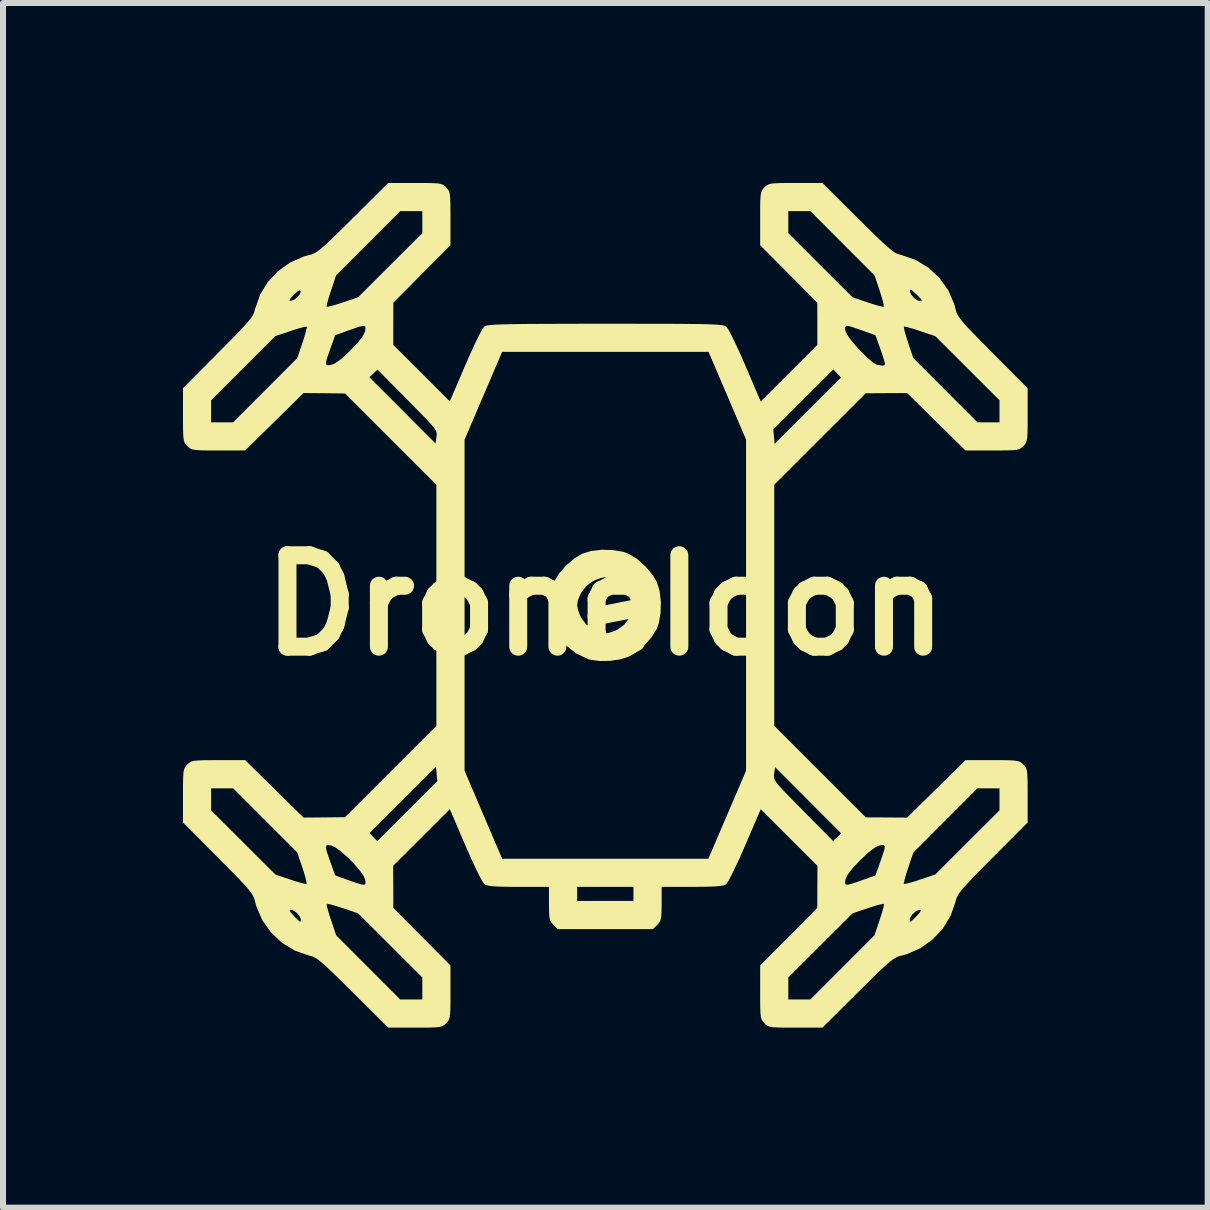
<source format=kicad_pcb>
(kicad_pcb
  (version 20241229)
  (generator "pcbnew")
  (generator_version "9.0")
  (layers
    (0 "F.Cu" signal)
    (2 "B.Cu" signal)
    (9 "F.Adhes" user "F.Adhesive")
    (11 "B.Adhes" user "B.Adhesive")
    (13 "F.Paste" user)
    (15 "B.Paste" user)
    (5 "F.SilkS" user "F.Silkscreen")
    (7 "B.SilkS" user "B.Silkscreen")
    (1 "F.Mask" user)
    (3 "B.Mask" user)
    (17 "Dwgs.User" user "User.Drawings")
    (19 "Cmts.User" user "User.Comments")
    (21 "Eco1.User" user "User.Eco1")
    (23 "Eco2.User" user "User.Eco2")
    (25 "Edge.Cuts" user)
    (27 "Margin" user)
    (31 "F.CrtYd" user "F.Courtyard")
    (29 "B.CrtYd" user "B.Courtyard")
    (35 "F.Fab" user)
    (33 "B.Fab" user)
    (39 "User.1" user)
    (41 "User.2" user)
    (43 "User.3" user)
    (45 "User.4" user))
  (footprint "DroneIcon"
    (layer "F.Cu")
    (at 7.039 7.039)
    (property "Reference" "DroneIcon" (at 0 0 0) (layer "F.SilkS") (effects (font (size 1.524 1.524) (thickness 0.3))))
    (attr board_only exclude_from_pos_files exclude_from_bom)
    (fp_poly (pts (xy 0.127 -0.921) (xy 0.298 -0.892) (xy 0.387 -0.86) (xy 0.532 -0.771) (xy 0.674 -0.644) (xy 0.794 -0.5) (xy 0.86 -0.387) (xy 0.905 -0.238) (xy 0.926 -0.059) (xy 0.921 0.127) (xy 0.892 0.298) (xy 0.86 0.387) (xy 0.772 0.531) (xy 0.647 0.671) (xy 0.505 0.789) (xy 0.387 0.858) (xy 0.245 0.901) (xy 0.076 0.926) (xy -0.096 0.928) (xy -0.247 0.908) (xy -0.282 0.899) (xy -0.487 0.803) (xy -0.658 0.665) (xy -0.792 0.494) (xy -0.884 0.299) (xy -0.931 0.087) (xy -0.93 0) (xy -0.469 0) (xy -0.456 0.071) (xy -0.423 0.164) (xy -0.403 0.206) (xy -0.322 0.316) (xy -0.207 0.405) (xy -0.079 0.459) (xy 0 0.469) (xy 0.071 0.456) (xy 0.164 0.423) (xy 0.206 0.403) (xy 0.316 0.322) (xy 0.405 0.207) (xy 0.459 0.079) (xy 0.469 0) (xy 0.456 -0.071) (xy 0.423 -0.164) (xy 0.403 -0.206) (xy 0.322 -0.316) (xy 0.207 -0.405) (xy 0.079 -0.459) (xy 0 -0.469) (xy -0.071 -0.456) (xy -0.164 -0.423) (xy -0.206 -0.403) (xy -0.316 -0.322) (xy -0.405 -0.207) (xy -0.459 -0.079) (xy -0.469 0) (xy -0.93 0) (xy -0.929 -0.131) (xy -0.873 -0.349) (xy -0.857 -0.389) (xy -0.772 -0.529) (xy -0.65 -0.668) (xy -0.509 -0.787) (xy -0.387 -0.86) (xy -0.238 -0.905) (xy -0.059 -0.926)) (stroke (width 0) (type solid)) (fill yes) (layer "F.SilkS"))
    (fp_poly (pts (xy -3.001 -7.039) (xy -2.878 -7.037) (xy -2.794 -7.032) (xy -2.738 -7.022) (xy -2.7 -7.007) (xy -2.67 -6.984) (xy -2.653 -6.967) (xy -2.626 -6.937) (xy -2.606 -6.905) (xy -2.593 -6.861) (xy -2.586 -6.794) (xy -2.582 -6.695) (xy -2.581 -6.552) (xy -2.581 -6.449) (xy -2.581 -6.002) (xy -3.057 -5.523) (xy -3.533 -5.043) (xy -3.534 -4.692) (xy -3.534 -4.34) (xy -3.063 -3.87) (xy -2.592 -3.399) (xy -2.333 -4.003) (xy -2.244 -4.206) (xy -2.165 -4.378) (xy -2.098 -4.513) (xy -2.047 -4.606) (xy -2.014 -4.649) (xy -2.013 -4.65) (xy -1.994 -4.659) (xy -1.96 -4.666) (xy -1.908 -4.672) (xy -1.833 -4.678) (xy -1.731 -4.682) (xy -1.598 -4.685) (xy -1.431 -4.688) (xy -1.224 -4.69) (xy -0.975 -4.691) (xy -0.678 -4.692) (xy -0.33 -4.693) (xy 0.003 -4.693) (xy 0.391 -4.693) (xy 0.725 -4.692) (xy 1.008 -4.692) (xy 1.245 -4.691) (xy 1.441 -4.689) (xy 1.599 -4.687) (xy 1.725 -4.684) (xy 1.821 -4.68) (xy 1.893 -4.675) (xy 1.944 -4.669) (xy 1.979 -4.661) (xy 2.002 -4.653) (xy 2.018 -4.643) (xy 2.02 -4.642) (xy 2.049 -4.6) (xy 2.096 -4.513) (xy 2.157 -4.389) (xy 2.228 -4.237) (xy 2.304 -4.065) (xy 2.335 -3.994) (xy 2.59 -3.397) (xy 3.062 -3.869) (xy 3.534 -4.34) (xy 3.534 -4.639) (xy 3.997 -4.639) (xy 3.998 -4.599) (xy 4.004 -4.568) (xy 4.034 -4.506) (xy 4.096 -4.419) (xy 4.18 -4.318) (xy 4.276 -4.216) (xy 4.371 -4.123) (xy 4.456 -4.051) (xy 4.519 -4.012) (xy 4.529 -4.009) (xy 4.612 -3.995) (xy 4.651 -3.999) (xy 4.662 -4.021) (xy 4.662 -4.026) (xy 4.651 -4.069) (xy 4.626 -4.152) (xy 4.59 -4.257) (xy 4.581 -4.282) (xy 4.502 -4.502) (xy 4.282 -4.581) (xy 4.15 -4.627) (xy 4.094 -4.644) (xy 4.976 -4.644) (xy 4.979 -4.612) (xy 4.997 -4.537) (xy 5.029 -4.434) (xy 5.048 -4.375) (xy 5.134 -4.121) (xy 6.203 -3.05) (xy 6.57 -3.05) (xy 6.57 -3.418) (xy 5.499 -4.487) (xy 5.245 -4.572) (xy 5.132 -4.609) (xy 5.041 -4.634) (xy 4.986 -4.645) (xy 4.976 -4.644) (xy 4.094 -4.644) (xy 4.065 -4.653) (xy 4.016 -4.657) (xy 3.997 -4.639) (xy 3.534 -4.639) (xy 3.534 -4.692) (xy 3.533 -5.043) (xy 3.057 -5.523) (xy 2.581 -6.002) (xy 2.581 -6.203) (xy 3.05 -6.203) (xy 3.586 -5.668) (xy 4.121 -5.134) (xy 4.37 -5.049) (xy 4.483 -5.013) (xy 4.574 -4.987) (xy 4.63 -4.975) (xy 4.639 -4.976) (xy 4.639 -5.007) (xy 4.623 -5.08) (xy 4.593 -5.182) (xy 4.574 -5.241) (xy 5.074 -5.241) (xy 5.097 -5.179) (xy 5.15 -5.118) (xy 5.212 -5.078) (xy 5.235 -5.074) (xy 5.275 -5.079) (xy 5.279 -5.083) (xy 5.26 -5.107) (xy 5.212 -5.157) (xy 5.177 -5.191) (xy 5.114 -5.247) (xy 5.082 -5.261) (xy 5.074 -5.241) (xy 4.574 -5.241) (xy 4.573 -5.243) (xy 4.487 -5.499) (xy 3.418 -6.57) (xy 3.05 -6.57) (xy 3.05 -6.203) (xy 2.581 -6.203) (xy 2.581 -6.449) (xy 2.581 -6.62) (xy 2.583 -6.742) (xy 2.589 -6.827) (xy 2.598 -6.882) (xy 2.614 -6.92) (xy 2.636 -6.95) (xy 2.653 -6.967) (xy 2.683 -6.995) (xy 2.715 -7.014) (xy 2.759 -7.027) (xy 2.826 -7.034) (xy 2.926 -7.038) (xy 3.068 -7.039) (xy 3.172 -7.039) (xy 3.619 -7.039) (xy 4.207 -6.454) (xy 4.381 -6.282) (xy 4.519 -6.146) (xy 4.628 -6.043) (xy 4.712 -5.967) (xy 4.777 -5.914) (xy 4.829 -5.878) (xy 4.874 -5.856) (xy 4.918 -5.842) (xy 4.937 -5.838) (xy 5.174 -5.756) (xy 5.388 -5.626) (xy 5.571 -5.454) (xy 5.717 -5.249) (xy 5.816 -5.02) (xy 5.838 -4.937) (xy 5.849 -4.893) (xy 5.868 -4.849) (xy 5.897 -4.801) (xy 5.942 -4.741) (xy 6.007 -4.666) (xy 6.098 -4.569) (xy 6.22 -4.444) (xy 6.376 -4.286) (xy 6.454 -4.207) (xy 7.039 -3.619) (xy 7.039 -3.172) (xy 7.039 -3.001) (xy 7.037 -2.878) (xy 7.032 -2.794) (xy 7.022 -2.738) (xy 7.007 -2.7) (xy 6.984 -2.67) (xy 6.967 -2.653) (xy 6.937 -2.626) (xy 6.905 -2.606) (xy 6.861 -2.593) (xy 6.794 -2.586) (xy 6.695 -2.582) (xy 6.552 -2.581) (xy 6.449 -2.581) (xy 6.002 -2.581) (xy 5.516 -3.06) (xy 5.03 -3.538) (xy 4.686 -3.536) (xy 4.341 -3.534) (xy 3.578 -2.772) (xy 2.816 -2.01) (xy 2.816 2.01) (xy 3.578 2.772) (xy 4.341 3.534) (xy 4.686 3.536) (xy 5.03 3.538) (xy 5.516 3.06) (xy 6.002 2.581) (xy 6.449 2.581) (xy 6.62 2.581) (xy 6.742 2.583) (xy 6.827 2.589) (xy 6.882 2.598) (xy 6.92 2.614) (xy 6.95 2.636) (xy 6.967 2.653) (xy 6.995 2.683) (xy 7.014 2.715) (xy 7.027 2.759) (xy 7.034 2.826) (xy 7.038 2.926) (xy 7.039 3.068) (xy 7.039 3.172) (xy 7.039 3.619) (xy 6.454 4.207) (xy 6.282 4.381) (xy 6.146 4.519) (xy 6.043 4.628) (xy 5.967 4.712) (xy 5.914 4.777) (xy 5.878 4.829) (xy 5.856 4.874) (xy 5.842 4.918) (xy 5.838 4.937) (xy 5.756 5.174) (xy 5.626 5.388) (xy 5.454 5.571) (xy 5.249 5.717) (xy 5.02 5.816) (xy 4.937 5.838) (xy 4.893 5.849) (xy 4.849 5.868) (xy 4.801 5.897) (xy 4.741 5.942) (xy 4.666 6.007) (xy 4.569 6.098) (xy 4.444 6.22) (xy 4.286 6.376) (xy 4.207 6.454) (xy 3.619 7.039) (xy 3.172 7.039) (xy 3.001 7.039) (xy 2.878 7.037) (xy 2.794 7.032) (xy 2.738 7.022) (xy 2.7 7.007) (xy 2.67 6.984) (xy 2.653 6.967) (xy 2.626 6.937) (xy 2.606 6.905) (xy 2.593 6.861) (xy 2.586 6.794) (xy 2.582 6.695) (xy 2.581 6.57) (xy 3.05 6.57) (xy 3.418 6.57) (xy 4.487 5.499) (xy 4.572 5.245) (xy 4.575 5.235) (xy 5.074 5.235) (xy 5.077 5.268) (xy 5.09 5.273) (xy 5.125 5.244) (xy 5.19 5.179) (xy 5.191 5.177) (xy 5.247 5.114) (xy 5.261 5.082) (xy 5.241 5.074) (xy 5.179 5.097) (xy 5.118 5.15) (xy 5.078 5.212) (xy 5.074 5.235) (xy 4.575 5.235) (xy 4.609 5.132) (xy 4.634 5.041) (xy 4.645 4.986) (xy 4.644 4.976) (xy 4.612 4.979) (xy 4.537 4.997) (xy 4.434 5.029) (xy 4.375 5.048) (xy 4.121 5.134) (xy 3.05 6.203) (xy 3.05 6.57) (xy 2.581 6.57) (xy 2.581 6.552) (xy 2.581 6.449) (xy 2.581 6.002) (xy 3.057 5.523) (xy 3.533 5.044) (xy 3.534 4.693) (xy 3.535 4.62) (xy 3.996 4.62) (xy 4.003 4.65) (xy 4.034 4.658) (xy 4.099 4.644) (xy 4.128 4.634) (xy 4.975 4.634) (xy 4.976 4.644) (xy 5.009 4.641) (xy 5.083 4.623) (xy 5.186 4.592) (xy 5.245 4.572) (xy 5.499 4.487) (xy 6.57 3.418) (xy 6.57 3.05) (xy 6.203 3.05) (xy 5.134 4.121) (xy 5.048 4.375) (xy 5.012 4.488) (xy 4.986 4.579) (xy 4.975 4.634) (xy 4.128 4.634) (xy 4.204 4.609) (xy 4.282 4.581) (xy 4.502 4.502) (xy 4.581 4.282) (xy 4.627 4.15) (xy 4.653 4.065) (xy 4.657 4.016) (xy 4.639 3.997) (xy 4.599 3.998) (xy 4.568 4.004) (xy 4.493 4.038) (xy 4.391 4.114) (xy 4.261 4.236) (xy 4.248 4.248) (xy 4.122 4.382) (xy 4.042 4.485) (xy 4.005 4.563) (xy 4.004 4.568) (xy 3.996 4.62) (xy 3.535 4.62) (xy 3.536 4.342) (xy 3.063 3.87) (xy 2.591 3.398) (xy 2.33 4.005) (xy 2.248 4.192) (xy 2.171 4.357) (xy 2.105 4.493) (xy 2.053 4.592) (xy 2.017 4.645) (xy 2.011 4.652) (xy 1.973 4.668) (xy 1.907 4.679) (xy 1.805 4.687) (xy 1.66 4.691) (xy 1.465 4.693) (xy 1.445 4.693) (xy 0.939 4.693) (xy 0.939 4.973) (xy 0.937 5.105) (xy 0.932 5.193) (xy 0.919 5.251) (xy 0.896 5.292) (xy 0.867 5.325) (xy 0.795 5.397) (xy -0.795 5.397) (xy -0.867 5.325) (xy -0.9 5.286) (xy -0.922 5.244) (xy -0.933 5.183) (xy -0.938 5.09) (xy -0.939 4.973) (xy -0.939 4.927) (xy -0.469 4.927) (xy 0.469 4.927) (xy 0.469 4.693) (xy -0.469 4.693) (xy -0.469 4.927) (xy -0.939 4.927) (xy -0.939 4.693) (xy -1.445 4.693) (xy -1.643 4.692) (xy -1.791 4.688) (xy -1.895 4.681) (xy -1.964 4.67) (xy -2.006 4.655) (xy -2.012 4.651) (xy -2.043 4.61) (xy -2.093 4.521) (xy -2.157 4.391) (xy -2.234 4.225) (xy -2.32 4.031) (xy -2.332 4.003) (xy -2.591 3.398) (xy -3.063 3.87) (xy -3.536 4.342) (xy -3.534 4.693) (xy -3.533 5.044) (xy -3.057 5.523) (xy -2.581 6.002) (xy -2.581 6.449) (xy -2.581 6.62) (xy -2.583 6.742) (xy -2.589 6.827) (xy -2.598 6.882) (xy -2.614 6.92) (xy -2.636 6.95) (xy -2.653 6.967) (xy -2.683 6.995) (xy -2.715 7.014) (xy -2.759 7.027) (xy -2.826 7.034) (xy -2.926 7.038) (xy -3.068 7.039) (xy -3.172 7.039) (xy -3.619 7.039) (xy -4.207 6.454) (xy -4.381 6.282) (xy -4.519 6.146) (xy -4.628 6.043) (xy -4.712 5.967) (xy -4.777 5.914) (xy -4.829 5.878) (xy -4.874 5.856) (xy -4.918 5.842) (xy -4.937 5.838) (xy -5.174 5.756) (xy -5.388 5.626) (xy -5.571 5.454) (xy -5.717 5.249) (xy -5.788 5.085) (xy -5.262 5.085) (xy -5.243 5.12) (xy -5.191 5.177) (xy -5.126 5.243) (xy -5.091 5.272) (xy -5.077 5.268) (xy -5.074 5.236) (xy -5.074 5.235) (xy -5.098 5.176) (xy -5.153 5.116) (xy -5.217 5.078) (xy -5.241 5.074) (xy -5.262 5.085) (xy -5.788 5.085) (xy -5.816 5.02) (xy -5.827 4.976) (xy -4.644 4.976) (xy -4.641 5.009) (xy -4.623 5.083) (xy -4.592 5.186) (xy -4.572 5.245) (xy -4.487 5.499) (xy -3.418 6.57) (xy -3.05 6.57) (xy -3.05 6.203) (xy -4.121 5.134) (xy -4.375 5.048) (xy -4.488 5.012) (xy -4.579 4.986) (xy -4.634 4.975) (xy -4.644 4.976) (xy -5.827 4.976) (xy -5.838 4.937) (xy -5.849 4.893) (xy -5.868 4.849) (xy -5.897 4.801) (xy -5.942 4.741) (xy -6.007 4.666) (xy -6.098 4.569) (xy -6.22 4.444) (xy -6.376 4.286) (xy -6.454 4.207) (xy -7.039 3.619) (xy -7.039 3.418) (xy -6.57 3.418) (xy -5.499 4.487) (xy -5.25 4.571) (xy -5.137 4.608) (xy -5.046 4.633) (xy -4.991 4.645) (xy -4.981 4.645) (xy -4.981 4.614) (xy -4.997 4.541) (xy -5.027 4.438) (xy -5.047 4.377) (xy -5.134 4.121) (xy -5.22 4.034) (xy -4.658 4.034) (xy -4.644 4.099) (xy -4.609 4.204) (xy -4.581 4.282) (xy -4.502 4.502) (xy -4.282 4.581) (xy -4.15 4.627) (xy -4.065 4.653) (xy -4.016 4.657) (xy -3.997 4.639) (xy -3.998 4.599) (xy -4.004 4.568) (xy -4.037 4.496) (xy -4.107 4.401) (xy -4.2 4.295) (xy -4.305 4.191) (xy -4.41 4.099) (xy -4.503 4.033) (xy -4.568 4.004) (xy -4.62 3.996) (xy -4.65 4.003) (xy -4.658 4.034) (xy -5.22 4.034) (xy -5.458 3.796) (xy -3.929 3.796) (xy -3.801 3.932) (xy -3.3 3.432) (xy -2.8 2.932) (xy -2.811 2.812) (xy -2.816 2.757) (xy -2.346 2.757) (xy -2.033 3.49) (xy -1.719 4.224) (xy 1.717 4.224) (xy 2.032 3.49) (xy 2.309 2.843) (xy 2.81 2.843) (xy 2.812 2.876) (xy 2.825 2.911) (xy 2.853 2.956) (xy 2.902 3.015) (xy 2.976 3.096) (xy 3.08 3.203) (xy 3.218 3.343) (xy 3.297 3.424) (xy 3.796 3.929) (xy 3.864 3.865) (xy 3.932 3.801) (xy 3.381 3.249) (xy 2.83 2.697) (xy 2.814 2.808) (xy 2.81 2.843) (xy 2.309 2.843) (xy 2.346 2.756) (xy 2.346 -2.761) (xy 2.273 -2.932) (xy 2.8 -2.932) (xy 2.811 -2.812) (xy 2.823 -2.691) (xy 3.929 -3.796) (xy 3.801 -3.932) (xy 3.3 -3.432) (xy 2.8 -2.932) (xy 2.273 -2.932) (xy 2.034 -3.492) (xy 1.721 -4.224) (xy -1.72 -4.224) (xy -2.033 -3.492) (xy -2.346 -2.76) (xy -2.346 2.757) (xy -2.816 2.757) (xy -2.823 2.691) (xy -3.929 3.796) (xy -5.458 3.796) (xy -6.203 3.05) (xy -6.57 3.05) (xy -6.57 3.418) (xy -7.039 3.418) (xy -7.039 3.172) (xy -7.039 3.001) (xy -7.037 2.878) (xy -7.032 2.794) (xy -7.022 2.738) (xy -7.007 2.7) (xy -6.984 2.67) (xy -6.967 2.653) (xy -6.937 2.626) (xy -6.905 2.606) (xy -6.861 2.593) (xy -6.794 2.586) (xy -6.695 2.582) (xy -6.552 2.581) (xy -6.449 2.581) (xy -6.002 2.581) (xy -5.516 3.06) (xy -5.03 3.538) (xy -4.684 3.535) (xy -4.338 3.531) (xy -3.577 2.77) (xy -2.816 2.01) (xy -2.816 -2.01) (xy -3.577 -2.77) (xy -4.338 -3.531) (xy -4.684 -3.535) (xy -5.03 -3.538) (xy -5.516 -3.06) (xy -6.002 -2.581) (xy -6.449 -2.581) (xy -6.62 -2.581) (xy -6.742 -2.583) (xy -6.827 -2.589) (xy -6.882 -2.598) (xy -6.92 -2.614) (xy -6.95 -2.636) (xy -6.967 -2.653) (xy -6.995 -2.683) (xy -7.014 -2.715) (xy -7.027 -2.759) (xy -7.034 -2.826) (xy -7.038 -2.926) (xy -7.039 -3.05) (xy -6.57 -3.05) (xy -6.203 -3.05) (xy -5.453 -3.801) (xy -3.932 -3.801) (xy -3.381 -3.249) (xy -2.83 -2.697) (xy -2.814 -2.808) (xy -2.81 -2.843) (xy -2.812 -2.876) (xy -2.825 -2.911) (xy -2.853 -2.956) (xy -2.902 -3.015) (xy -2.976 -3.096) (xy -3.08 -3.203) (xy -3.218 -3.343) (xy -3.297 -3.424) (xy -3.796 -3.929) (xy -3.864 -3.865) (xy -3.932 -3.801) (xy -5.453 -3.801) (xy -5.234 -4.021) (xy -4.656 -4.021) (xy -4.638 -4.002) (xy -4.599 -4.003) (xy -4.568 -4.008) (xy -4.499 -4.036) (xy -4.408 -4.101) (xy -4.291 -4.207) (xy -4.248 -4.249) (xy -4.123 -4.382) (xy -4.043 -4.485) (xy -4.005 -4.562) (xy -4.004 -4.568) (xy -3.996 -4.62) (xy -4.003 -4.65) (xy -4.034 -4.658) (xy -4.099 -4.644) (xy -4.204 -4.609) (xy -4.282 -4.581) (xy -4.502 -4.502) (xy -4.581 -4.282) (xy -4.627 -4.152) (xy -4.652 -4.068) (xy -4.656 -4.021) (xy -5.234 -4.021) (xy -5.134 -4.121) (xy -5.048 -4.375) (xy -5.012 -4.488) (xy -4.986 -4.579) (xy -4.975 -4.634) (xy -4.976 -4.644) (xy -5.009 -4.641) (xy -5.083 -4.623) (xy -5.186 -4.592) (xy -5.245 -4.572) (xy -5.499 -4.487) (xy -6.57 -3.418) (xy -6.57 -3.05) (xy -7.039 -3.05) (xy -7.039 -3.068) (xy -7.039 -3.172) (xy -7.039 -3.619) (xy -6.454 -4.207) (xy -6.282 -4.381) (xy -6.146 -4.519) (xy -6.043 -4.628) (xy -5.967 -4.712) (xy -5.914 -4.777) (xy -5.878 -4.829) (xy -5.856 -4.874) (xy -5.842 -4.918) (xy -5.838 -4.937) (xy -5.821 -4.986) (xy -4.645 -4.986) (xy -4.644 -4.976) (xy -4.612 -4.979) (xy -4.537 -4.997) (xy -4.434 -5.029) (xy -4.375 -5.048) (xy -4.121 -5.134) (xy -3.05 -6.203) (xy -3.05 -6.57) (xy -3.418 -6.57) (xy -4.487 -5.499) (xy -4.572 -5.245) (xy -4.609 -5.132) (xy -4.634 -5.041) (xy -4.645 -4.986) (xy -5.821 -4.986) (xy -5.788 -5.08) (xy -5.262 -5.08) (xy -5.241 -5.074) (xy -5.185 -5.094) (xy -5.133 -5.133) (xy -5.087 -5.192) (xy -5.075 -5.235) (xy -5.098 -5.25) (xy -5.131 -5.231) (xy -5.186 -5.182) (xy -5.206 -5.162) (xy -5.255 -5.106) (xy -5.262 -5.08) (xy -5.788 -5.08) (xy -5.756 -5.174) (xy -5.626 -5.388) (xy -5.454 -5.571) (xy -5.249 -5.717) (xy -5.02 -5.816) (xy -4.937 -5.838) (xy -4.893 -5.849) (xy -4.849 -5.868) (xy -4.801 -5.897) (xy -4.741 -5.942) (xy -4.666 -6.007) (xy -4.569 -6.098) (xy -4.444 -6.22) (xy -4.286 -6.376) (xy -4.207 -6.454) (xy -3.619 -7.039) (xy -3.172 -7.039)) (stroke (width 0) (type solid)) (fill yes) (layer "F.SilkS")))
  (gr_rect
    (start -3 -3)
    (end 17.079 17.079)
    (stroke (width 0.1) (type default))
    (fill no)
    (layer "Edge.Cuts")))
</source>
